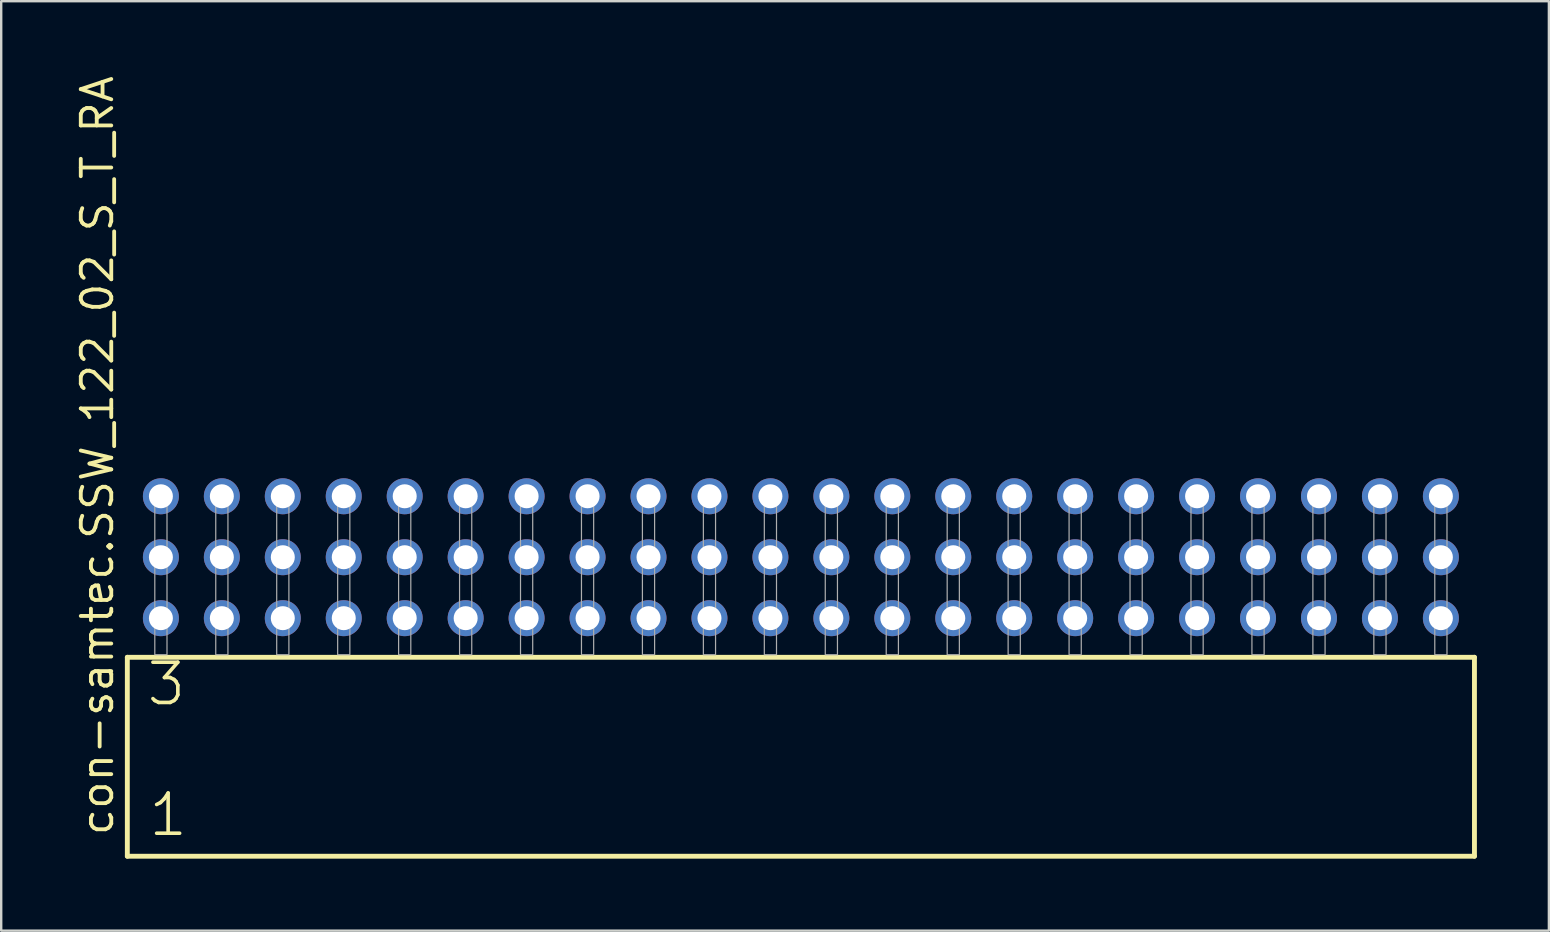
<source format=kicad_pcb>
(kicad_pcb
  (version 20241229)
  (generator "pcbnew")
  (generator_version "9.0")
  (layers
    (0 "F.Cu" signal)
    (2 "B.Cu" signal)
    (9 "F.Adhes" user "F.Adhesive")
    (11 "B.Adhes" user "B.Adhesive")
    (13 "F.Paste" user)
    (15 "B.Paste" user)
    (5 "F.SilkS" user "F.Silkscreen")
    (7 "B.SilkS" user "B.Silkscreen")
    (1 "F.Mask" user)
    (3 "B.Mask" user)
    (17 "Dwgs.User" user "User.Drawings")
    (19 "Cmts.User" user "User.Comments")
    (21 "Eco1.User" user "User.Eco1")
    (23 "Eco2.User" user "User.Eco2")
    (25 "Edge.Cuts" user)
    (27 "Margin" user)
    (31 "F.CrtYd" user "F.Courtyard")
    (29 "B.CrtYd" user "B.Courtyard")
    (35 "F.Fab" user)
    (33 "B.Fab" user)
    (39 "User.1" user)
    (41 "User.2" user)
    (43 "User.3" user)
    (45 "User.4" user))
  (footprint "con-samtec.SSW_122_02_S_T_RA"
    (layer "F.Cu")
    (at 30.325 24.235)
    (property "Reference" "con-samtec.SSW_122_02_S_T_RA" (at -28.575 7.62 90) (layer "F.SilkS") (effects (font (size 1.27 1.27) (thickness 0.16)) (justify left bottom)))
    (attr through_hole)
    (fp_line (start -28.069 0.106) (end -28.069 8.396) (stroke (width 0.203) (type default)) (layer "F.SilkS"))
    (fp_line (start -28.069 8.396) (end 28.069 8.396) (stroke (width 0.203) (type default)) (layer "F.SilkS"))
    (fp_line (start 28.069 0.106) (end -28.069 0.106) (stroke (width 0.203) (type default)) (layer "F.SilkS"))
    (fp_line (start 28.069 8.396) (end 28.069 0.106) (stroke (width 0.203) (type default)) (layer "F.SilkS"))
    (fp_rect (start -26.924 0) (end -26.416 -6.858) (stroke (width 0.05) (type default)) (fill no) (layer "F.Fab"))
    (fp_rect (start -24.384 0) (end -23.876 -6.858) (stroke (width 0.05) (type default)) (fill no) (layer "F.Fab"))
    (fp_rect (start -21.844 0) (end -21.336 -6.858) (stroke (width 0.05) (type default)) (fill no) (layer "F.Fab"))
    (fp_rect (start -19.304 0) (end -18.796 -6.858) (stroke (width 0.05) (type default)) (fill no) (layer "F.Fab"))
    (fp_rect (start -16.764 0) (end -16.256 -6.858) (stroke (width 0.05) (type default)) (fill no) (layer "F.Fab"))
    (fp_rect (start -14.224 0) (end -13.716 -6.858) (stroke (width 0.05) (type default)) (fill no) (layer "F.Fab"))
    (fp_rect (start -11.684 0) (end -11.176 -6.858) (stroke (width 0.05) (type default)) (fill no) (layer "F.Fab"))
    (fp_rect (start -9.144 0) (end -8.636 -6.858) (stroke (width 0.05) (type default)) (fill no) (layer "F.Fab"))
    (fp_rect (start -6.604 0) (end -6.096 -6.858) (stroke (width 0.05) (type default)) (fill no) (layer "F.Fab"))
    (fp_rect (start -4.064 0) (end -3.556 -6.858) (stroke (width 0.05) (type default)) (fill no) (layer "F.Fab"))
    (fp_rect (start -1.524 0) (end -1.016 -6.858) (stroke (width 0.05) (type default)) (fill no) (layer "F.Fab"))
    (fp_rect (start 1.016 0) (end 1.524 -6.858) (stroke (width 0.05) (type default)) (fill no) (layer "F.Fab"))
    (fp_rect (start 3.556 0) (end 4.064 -6.858) (stroke (width 0.05) (type default)) (fill no) (layer "F.Fab"))
    (fp_rect (start 6.096 0) (end 6.604 -6.858) (stroke (width 0.05) (type default)) (fill no) (layer "F.Fab"))
    (fp_rect (start 8.636 0) (end 9.144 -6.858) (stroke (width 0.05) (type default)) (fill no) (layer "F.Fab"))
    (fp_rect (start 11.176 0) (end 11.684 -6.858) (stroke (width 0.05) (type default)) (fill no) (layer "F.Fab"))
    (fp_rect (start 13.716 0) (end 14.224 -6.858) (stroke (width 0.05) (type default)) (fill no) (layer "F.Fab"))
    (fp_rect (start 16.256 0) (end 16.764 -6.858) (stroke (width 0.05) (type default)) (fill no) (layer "F.Fab"))
    (fp_rect (start 18.796 0) (end 19.304 -6.858) (stroke (width 0.05) (type default)) (fill no) (layer "F.Fab"))
    (fp_rect (start 21.336 0) (end 21.844 -6.858) (stroke (width 0.05) (type default)) (fill no) (layer "F.Fab"))
    (fp_rect (start 23.876 0) (end 24.384 -6.858) (stroke (width 0.05) (type default)) (fill no) (layer "F.Fab"))
    (fp_rect (start 26.416 0) (end 26.924 -6.858) (stroke (width 0.05) (type default)) (fill no) (layer "F.Fab"))
    (fp_text user "3" (at -27.34 2.2 0) (layer "F.SilkS") (effects (font (size 1.676 1.676) (thickness 0.15)) (justify left bottom)))
    (fp_text user "1" (at -27.265 7.65 0) (layer "F.SilkS") (effects (font (size 1.676 1.676) (thickness 0.15)) (justify left bottom)))
    (pad "1" thru_hole circle (at -26.67 -1.524) (size 1.5 1.5) (drill 1) (layers "*.Cu" "*.Mask"))
    (pad "2" thru_hole circle (at -26.67 -4.064) (size 1.5 1.5) (drill 1) (layers "*.Cu" "*.Mask"))
    (pad "3" thru_hole circle (at -26.67 -6.604) (size 1.5 1.5) (drill 1) (layers "*.Cu" "*.Mask"))
    (pad "4" thru_hole circle (at -24.13 -1.524) (size 1.5 1.5) (drill 1) (layers "*.Cu" "*.Mask"))
    (pad "5" thru_hole circle (at -24.13 -4.064) (size 1.5 1.5) (drill 1) (layers "*.Cu" "*.Mask"))
    (pad "6" thru_hole circle (at -24.13 -6.604) (size 1.5 1.5) (drill 1) (layers "*.Cu" "*.Mask"))
    (pad "7" thru_hole circle (at -21.59 -1.524) (size 1.5 1.5) (drill 1) (layers "*.Cu" "*.Mask"))
    (pad "8" thru_hole circle (at -21.59 -4.064) (size 1.5 1.5) (drill 1) (layers "*.Cu" "*.Mask"))
    (pad "9" thru_hole circle (at -21.59 -6.604) (size 1.5 1.5) (drill 1) (layers "*.Cu" "*.Mask"))
    (pad "10" thru_hole circle (at -19.05 -1.524) (size 1.5 1.5) (drill 1) (layers "*.Cu" "*.Mask"))
    (pad "11" thru_hole circle (at -19.05 -4.064) (size 1.5 1.5) (drill 1) (layers "*.Cu" "*.Mask"))
    (pad "12" thru_hole circle (at -19.05 -6.604) (size 1.5 1.5) (drill 1) (layers "*.Cu" "*.Mask"))
    (pad "13" thru_hole circle (at -16.51 -1.524) (size 1.5 1.5) (drill 1) (layers "*.Cu" "*.Mask"))
    (pad "14" thru_hole circle (at -16.51 -4.064) (size 1.5 1.5) (drill 1) (layers "*.Cu" "*.Mask"))
    (pad "15" thru_hole circle (at -16.51 -6.604) (size 1.5 1.5) (drill 1) (layers "*.Cu" "*.Mask"))
    (pad "16" thru_hole circle (at -13.97 -1.524) (size 1.5 1.5) (drill 1) (layers "*.Cu" "*.Mask"))
    (pad "17" thru_hole circle (at -13.97 -4.064) (size 1.5 1.5) (drill 1) (layers "*.Cu" "*.Mask"))
    (pad "18" thru_hole circle (at -13.97 -6.604) (size 1.5 1.5) (drill 1) (layers "*.Cu" "*.Mask"))
    (pad "19" thru_hole circle (at -11.43 -1.524) (size 1.5 1.5) (drill 1) (layers "*.Cu" "*.Mask"))
    (pad "20" thru_hole circle (at -11.43 -4.064) (size 1.5 1.5) (drill 1) (layers "*.Cu" "*.Mask"))
    (pad "21" thru_hole circle (at -11.43 -6.604) (size 1.5 1.5) (drill 1) (layers "*.Cu" "*.Mask"))
    (pad "22" thru_hole circle (at -8.89 -1.524) (size 1.5 1.5) (drill 1) (layers "*.Cu" "*.Mask"))
    (pad "23" thru_hole circle (at -8.89 -4.064) (size 1.5 1.5) (drill 1) (layers "*.Cu" "*.Mask"))
    (pad "24" thru_hole circle (at -8.89 -6.604) (size 1.5 1.5) (drill 1) (layers "*.Cu" "*.Mask"))
    (pad "25" thru_hole circle (at -6.35 -1.524) (size 1.5 1.5) (drill 1) (layers "*.Cu" "*.Mask"))
    (pad "26" thru_hole circle (at -6.35 -4.064) (size 1.5 1.5) (drill 1) (layers "*.Cu" "*.Mask"))
    (pad "27" thru_hole circle (at -6.35 -6.604) (size 1.5 1.5) (drill 1) (layers "*.Cu" "*.Mask"))
    (pad "28" thru_hole circle (at -3.81 -1.524) (size 1.5 1.5) (drill 1) (layers "*.Cu" "*.Mask"))
    (pad "29" thru_hole circle (at -3.81 -4.064) (size 1.5 1.5) (drill 1) (layers "*.Cu" "*.Mask"))
    (pad "30" thru_hole circle (at -3.81 -6.604) (size 1.5 1.5) (drill 1) (layers "*.Cu" "*.Mask"))
    (pad "31" thru_hole circle (at -1.27 -1.524) (size 1.5 1.5) (drill 1) (layers "*.Cu" "*.Mask"))
    (pad "32" thru_hole circle (at -1.27 -4.064) (size 1.5 1.5) (drill 1) (layers "*.Cu" "*.Mask"))
    (pad "33" thru_hole circle (at -1.27 -6.604) (size 1.5 1.5) (drill 1) (layers "*.Cu" "*.Mask"))
    (pad "34" thru_hole circle (at 1.27 -1.524) (size 1.5 1.5) (drill 1) (layers "*.Cu" "*.Mask"))
    (pad "35" thru_hole circle (at 1.27 -4.064) (size 1.5 1.5) (drill 1) (layers "*.Cu" "*.Mask"))
    (pad "36" thru_hole circle (at 1.27 -6.604) (size 1.5 1.5) (drill 1) (layers "*.Cu" "*.Mask"))
    (pad "37" thru_hole circle (at 3.81 -1.524) (size 1.5 1.5) (drill 1) (layers "*.Cu" "*.Mask"))
    (pad "38" thru_hole circle (at 3.81 -4.064) (size 1.5 1.5) (drill 1) (layers "*.Cu" "*.Mask"))
    (pad "39" thru_hole circle (at 3.81 -6.604) (size 1.5 1.5) (drill 1) (layers "*.Cu" "*.Mask"))
    (pad "40" thru_hole circle (at 6.35 -1.524) (size 1.5 1.5) (drill 1) (layers "*.Cu" "*.Mask"))
    (pad "41" thru_hole circle (at 6.35 -4.064) (size 1.5 1.5) (drill 1) (layers "*.Cu" "*.Mask"))
    (pad "42" thru_hole circle (at 6.35 -6.604) (size 1.5 1.5) (drill 1) (layers "*.Cu" "*.Mask"))
    (pad "43" thru_hole circle (at 8.89 -1.524) (size 1.5 1.5) (drill 1) (layers "*.Cu" "*.Mask"))
    (pad "44" thru_hole circle (at 8.89 -4.064) (size 1.5 1.5) (drill 1) (layers "*.Cu" "*.Mask"))
    (pad "45" thru_hole circle (at 8.89 -6.604) (size 1.5 1.5) (drill 1) (layers "*.Cu" "*.Mask"))
    (pad "46" thru_hole circle (at 11.43 -1.524) (size 1.5 1.5) (drill 1) (layers "*.Cu" "*.Mask"))
    (pad "47" thru_hole circle (at 11.43 -4.064) (size 1.5 1.5) (drill 1) (layers "*.Cu" "*.Mask"))
    (pad "48" thru_hole circle (at 11.43 -6.604) (size 1.5 1.5) (drill 1) (layers "*.Cu" "*.Mask"))
    (pad "49" thru_hole circle (at 13.97 -1.524) (size 1.5 1.5) (drill 1) (layers "*.Cu" "*.Mask"))
    (pad "50" thru_hole circle (at 13.97 -4.064) (size 1.5 1.5) (drill 1) (layers "*.Cu" "*.Mask"))
    (pad "51" thru_hole circle (at 13.97 -6.604) (size 1.5 1.5) (drill 1) (layers "*.Cu" "*.Mask"))
    (pad "52" thru_hole circle (at 16.51 -1.524) (size 1.5 1.5) (drill 1) (layers "*.Cu" "*.Mask"))
    (pad "53" thru_hole circle (at 16.51 -4.064) (size 1.5 1.5) (drill 1) (layers "*.Cu" "*.Mask"))
    (pad "54" thru_hole circle (at 16.51 -6.604) (size 1.5 1.5) (drill 1) (layers "*.Cu" "*.Mask"))
    (pad "55" thru_hole circle (at 19.05 -1.524) (size 1.5 1.5) (drill 1) (layers "*.Cu" "*.Mask"))
    (pad "56" thru_hole circle (at 19.05 -4.064) (size 1.5 1.5) (drill 1) (layers "*.Cu" "*.Mask"))
    (pad "57" thru_hole circle (at 19.05 -6.604) (size 1.5 1.5) (drill 1) (layers "*.Cu" "*.Mask"))
    (pad "58" thru_hole circle (at 21.59 -1.524) (size 1.5 1.5) (drill 1) (layers "*.Cu" "*.Mask"))
    (pad "59" thru_hole circle (at 21.59 -4.064) (size 1.5 1.5) (drill 1) (layers "*.Cu" "*.Mask"))
    (pad "60" thru_hole circle (at 21.59 -6.604) (size 1.5 1.5) (drill 1) (layers "*.Cu" "*.Mask"))
    (pad "61" thru_hole circle (at 24.13 -1.524) (size 1.5 1.5) (drill 1) (layers "*.Cu" "*.Mask"))
    (pad "62" thru_hole circle (at 24.13 -4.064) (size 1.5 1.5) (drill 1) (layers "*.Cu" "*.Mask"))
    (pad "63" thru_hole circle (at 24.13 -6.604) (size 1.5 1.5) (drill 1) (layers "*.Cu" "*.Mask"))
    (pad "64" thru_hole circle (at 26.67 -1.524) (size 1.5 1.5) (drill 1) (layers "*.Cu" "*.Mask"))
    (pad "65" thru_hole circle (at 26.67 -4.064) (size 1.5 1.5) (drill 1) (layers "*.Cu" "*.Mask"))
    (pad "66" thru_hole circle (at 26.67 -6.604) (size 1.5 1.5) (drill 1) (layers "*.Cu" "*.Mask")))
  (gr_rect
    (start -3 -3)
    (end 61.496 35.733)
    (stroke (width 0.1) (type default))
    (fill no)
    (layer "Edge.Cuts")))
</source>
